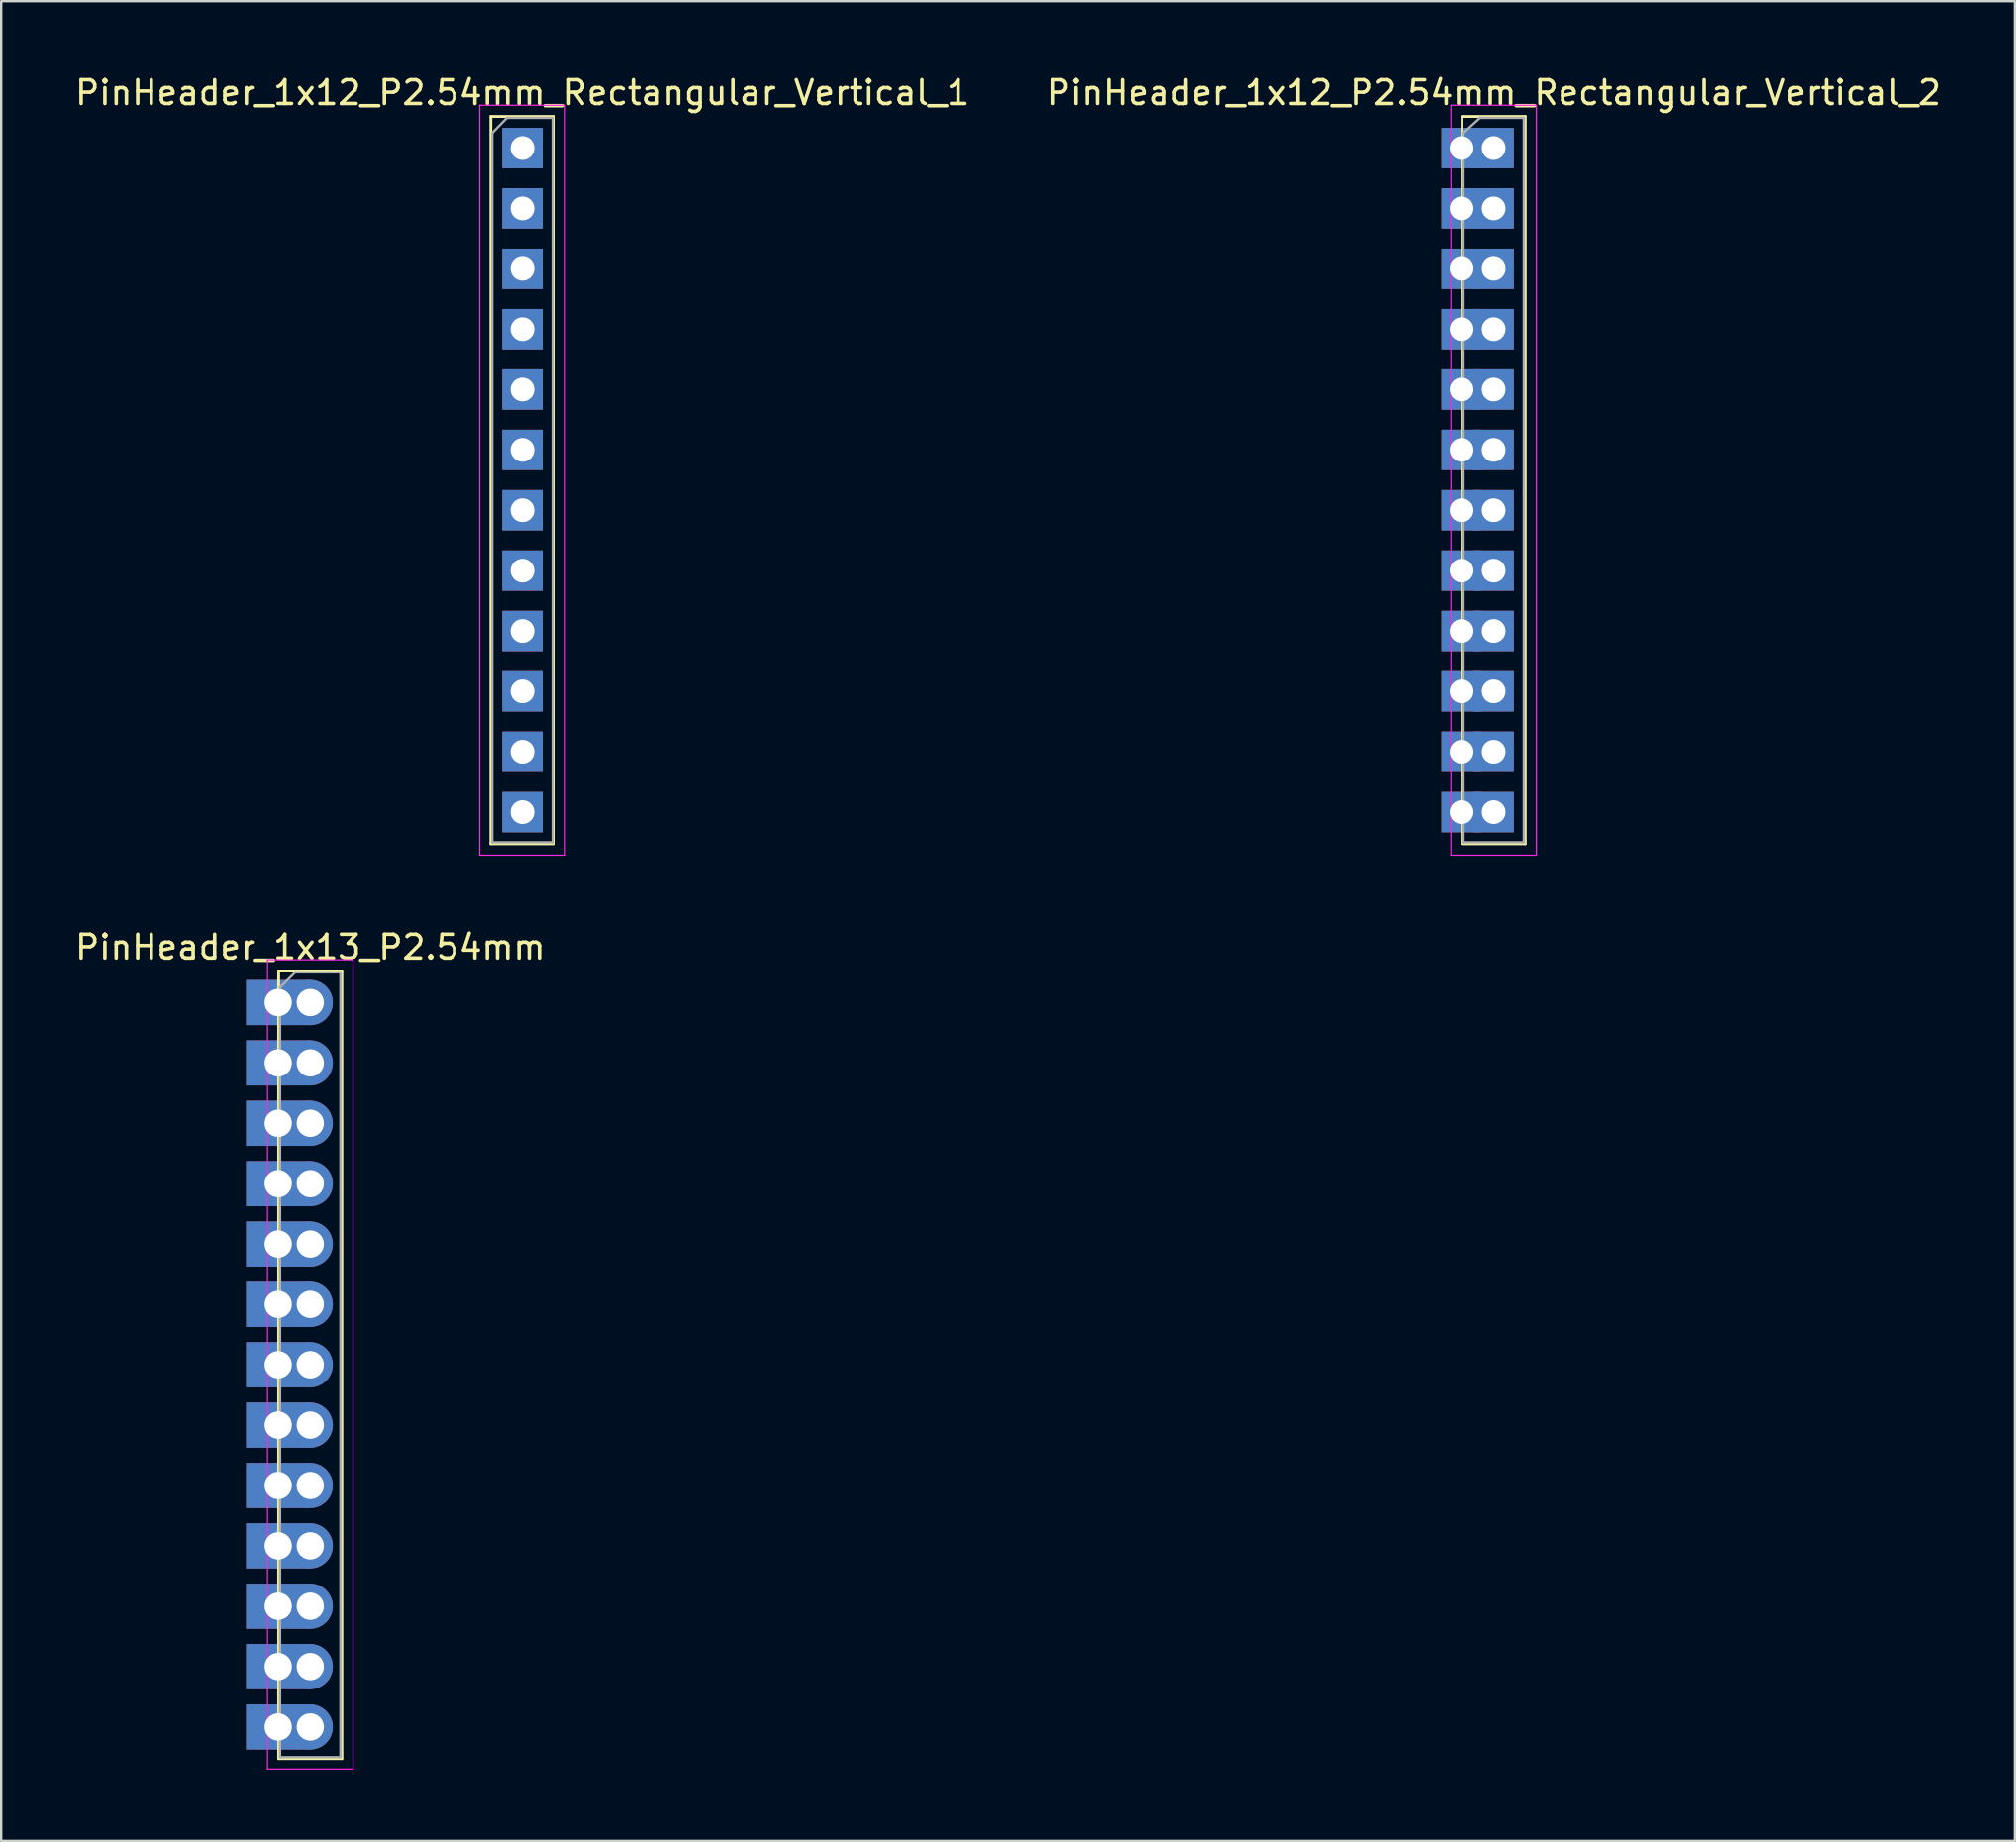
<source format=kicad_pcb>
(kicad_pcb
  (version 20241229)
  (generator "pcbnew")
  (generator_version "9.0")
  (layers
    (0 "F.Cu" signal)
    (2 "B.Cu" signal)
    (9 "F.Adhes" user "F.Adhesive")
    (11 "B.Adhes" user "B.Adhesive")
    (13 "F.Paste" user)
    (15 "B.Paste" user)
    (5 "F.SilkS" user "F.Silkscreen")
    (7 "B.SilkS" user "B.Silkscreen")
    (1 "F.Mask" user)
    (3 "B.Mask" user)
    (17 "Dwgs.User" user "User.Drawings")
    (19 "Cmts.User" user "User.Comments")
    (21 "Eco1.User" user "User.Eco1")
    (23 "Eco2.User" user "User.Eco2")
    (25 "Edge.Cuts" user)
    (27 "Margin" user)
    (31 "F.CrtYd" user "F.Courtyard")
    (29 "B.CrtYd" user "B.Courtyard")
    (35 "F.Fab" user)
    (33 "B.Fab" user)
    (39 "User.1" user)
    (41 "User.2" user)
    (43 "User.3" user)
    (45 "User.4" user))
  (footprint "PinHeader_1x12_P2.54mm_Rectangular_Vertical_2"
    (layer "F.Cu")
    (at 59.804 3.178)
    (property "Reference" "PinHeader_1x12_P2.54mm_Rectangular_Vertical_2" (at 0 -2.33 0) (layer "F.SilkS") (effects (font (size 1 1) (thickness 0.15))))
    (attr through_hole)
    (fp_line (start -1.33 -1.33) (end -1.33 29.27) (stroke (width 0.12) (type solid)) (layer "F.SilkS"))
    (fp_line (start -1.33 -1.33) (end 1.33 -1.33) (stroke (width 0.12) (type solid)) (layer "F.SilkS"))
    (fp_line (start -1.33 29.27) (end 1.33 29.27) (stroke (width 0.12) (type solid)) (layer "F.SilkS"))
    (fp_line (start 1.33 -1.33) (end 1.33 29.27) (stroke (width 0.12) (type solid)) (layer "F.SilkS"))
    (fp_line (start -1.8 -1.8) (end -1.8 29.75) (stroke (width 0.05) (type solid)) (layer "F.CrtYd"))
    (fp_line (start -1.8 29.75) (end 1.8 29.75) (stroke (width 0.05) (type solid)) (layer "F.CrtYd"))
    (fp_line (start 1.8 -1.8) (end -1.8 -1.8) (stroke (width 0.05) (type solid)) (layer "F.CrtYd"))
    (fp_line (start 1.8 29.75) (end 1.8 -1.8) (stroke (width 0.05) (type solid)) (layer "F.CrtYd"))
    (fp_line (start -1.27 -0.635) (end -0.574 -1.27) (stroke (width 0.1) (type solid)) (layer "F.Fab"))
    (fp_line (start -1.27 29.21) (end -1.27 -0.635) (stroke (width 0.1) (type solid)) (layer "F.Fab"))
    (fp_line (start -0.574 -1.27) (end 1.27 -1.27) (stroke (width 0.1) (type solid)) (layer "F.Fab"))
    (fp_line (start 1.27 -1.27) (end 1.27 29.21) (stroke (width 0.1) (type solid)) (layer "F.Fab"))
    (fp_line (start 1.27 29.21) (end -1.27 29.21) (stroke (width 0.1) (type solid)) (layer "F.Fab"))
    (pad "1" thru_hole rect (at -1.35 0) (size 1.7 1.7) (drill 1) (layers "*.Cu" "*.Mask"))
    (pad "1" thru_hole rect (at 0 0) (size 1.7 1.7) (drill 1) (layers "*.Cu" "*.Mask"))
    (pad "2" thru_hole rect (at -1.35 2.54) (size 1.7 1.7) (drill 1) (layers "*.Cu" "*.Mask"))
    (pad "2" thru_hole rect (at 0 2.54) (size 1.7 1.7) (drill 1) (layers "*.Cu" "*.Mask"))
    (pad "3" thru_hole rect (at -1.35 5.08) (size 1.7 1.7) (drill 1) (layers "*.Cu" "*.Mask"))
    (pad "3" thru_hole rect (at 0 5.08) (size 1.7 1.7) (drill 1) (layers "*.Cu" "*.Mask"))
    (pad "4" thru_hole rect (at -1.35 7.62) (size 1.7 1.7) (drill 1) (layers "*.Cu" "*.Mask"))
    (pad "4" thru_hole rect (at 0 7.62) (size 1.7 1.7) (drill 1) (layers "*.Cu" "*.Mask"))
    (pad "5" thru_hole rect (at -1.35 10.16) (size 1.7 1.7) (drill 1) (layers "*.Cu" "*.Mask"))
    (pad "5" thru_hole rect (at 0 10.16) (size 1.7 1.7) (drill 1) (layers "*.Cu" "*.Mask"))
    (pad "6" thru_hole rect (at -1.35 12.7) (size 1.7 1.7) (drill 1) (layers "*.Cu" "*.Mask"))
    (pad "6" thru_hole rect (at 0 12.7) (size 1.7 1.7) (drill 1) (layers "*.Cu" "*.Mask"))
    (pad "7" thru_hole rect (at -1.35 15.24) (size 1.7 1.7) (drill 1) (layers "*.Cu" "*.Mask"))
    (pad "7" thru_hole rect (at 0 15.24) (size 1.7 1.7) (drill 1) (layers "*.Cu" "*.Mask"))
    (pad "8" thru_hole rect (at -1.35 17.78) (size 1.7 1.7) (drill 1) (layers "*.Cu" "*.Mask"))
    (pad "8" thru_hole rect (at 0 17.78) (size 1.7 1.7) (drill 1) (layers "*.Cu" "*.Mask"))
    (pad "9" thru_hole rect (at -1.35 20.32) (size 1.7 1.7) (drill 1) (layers "*.Cu" "*.Mask"))
    (pad "9" thru_hole rect (at 0 20.32) (size 1.7 1.7) (drill 1) (layers "*.Cu" "*.Mask"))
    (pad "10" thru_hole rect (at -1.35 22.86) (size 1.7 1.7) (drill 1) (layers "*.Cu" "*.Mask"))
    (pad "10" thru_hole rect (at 0 22.86) (size 1.7 1.7) (drill 1) (layers "*.Cu" "*.Mask"))
    (pad "11" thru_hole rect (at -1.35 25.4) (size 1.7 1.7) (drill 1) (layers "*.Cu" "*.Mask"))
    (pad "11" thru_hole rect (at 0 25.4) (size 1.7 1.7) (drill 1) (layers "*.Cu" "*.Mask"))
    (pad "12" thru_hole rect (at -1.35 27.94) (size 1.7 1.7) (drill 1) (layers "*.Cu" "*.Mask"))
    (pad "12" thru_hole rect (at 0 27.94) (size 1.7 1.7) (drill 1) (layers "*.Cu" "*.Mask")))
  (footprint "PinHeader_1x13_P2.54mm"
    (layer "F.Cu")
    (at 10.006 39.132)
    (property "Reference" "PinHeader_1x13_P2.54mm" (at 0 -2.33 0) (layer "F.SilkS") (effects (font (size 1 1) (thickness 0.15))))
    (attr through_hole)
    (fp_line (start -1.33 -1.33) (end -1.33 31.81) (stroke (width 0.12) (type solid)) (layer "F.SilkS"))
    (fp_line (start -1.33 -1.33) (end 1.33 -1.33) (stroke (width 0.12) (type solid)) (layer "F.SilkS"))
    (fp_line (start -1.33 31.81) (end 1.33 31.81) (stroke (width 0.12) (type solid)) (layer "F.SilkS"))
    (fp_line (start 1.33 -1.33) (end 1.33 31.81) (stroke (width 0.12) (type solid)) (layer "F.SilkS"))
    (fp_line (start -1.8 -1.8) (end -1.8 32.25) (stroke (width 0.05) (type solid)) (layer "F.CrtYd"))
    (fp_line (start -1.8 32.25) (end 1.8 32.25) (stroke (width 0.05) (type solid)) (layer "F.CrtYd"))
    (fp_line (start 1.8 -1.8) (end -1.8 -1.8) (stroke (width 0.05) (type solid)) (layer "F.CrtYd"))
    (fp_line (start 1.8 32.25) (end 1.8 -1.8) (stroke (width 0.05) (type solid)) (layer "F.CrtYd"))
    (fp_line (start -1.27 -0.635) (end -0.635 -1.27) (stroke (width 0.1) (type solid)) (layer "F.Fab"))
    (fp_line (start -1.27 31.75) (end -1.27 -0.635) (stroke (width 0.1) (type solid)) (layer "F.Fab"))
    (fp_line (start -0.635 -1.27) (end 1.27 -1.27) (stroke (width 0.1) (type solid)) (layer "F.Fab"))
    (fp_line (start 1.27 -1.27) (end 1.27 31.75) (stroke (width 0.1) (type solid)) (layer "F.Fab"))
    (fp_line (start 1.27 31.75) (end -1.27 31.75) (stroke (width 0.1) (type solid)) (layer "F.Fab"))
    (pad "1" thru_hole rect (at -1.35 0) (size 2.7 1.9) (drill 1.15) (layers "*.Cu" "*.Mask"))
    (pad "1" thru_hole circle (at 0 0) (size 1.9 1.9) (drill 1.15) (layers "*.Cu" "*.Mask"))
    (pad "2" thru_hole rect (at -1.35 2.54) (size 2.7 1.9) (drill 1.15) (layers "*.Cu" "*.Mask"))
    (pad "2" thru_hole circle (at 0 2.54) (size 1.9 1.9) (drill 1.15) (layers "*.Cu" "*.Mask"))
    (pad "3" thru_hole rect (at -1.35 5.08) (size 2.7 1.9) (drill 1.15) (layers "*.Cu" "*.Mask"))
    (pad "3" thru_hole circle (at 0 5.08) (size 1.9 1.9) (drill 1.15) (layers "*.Cu" "*.Mask"))
    (pad "4" thru_hole rect (at -1.35 7.62) (size 2.7 1.9) (drill 1.15) (layers "*.Cu" "*.Mask"))
    (pad "4" thru_hole circle (at 0 7.62) (size 1.9 1.9) (drill 1.15) (layers "*.Cu" "*.Mask"))
    (pad "5" thru_hole rect (at -1.35 10.16) (size 2.7 1.9) (drill 1.15) (layers "*.Cu" "*.Mask"))
    (pad "5" thru_hole circle (at 0 10.16) (size 1.9 1.9) (drill 1.15) (layers "*.Cu" "*.Mask"))
    (pad "6" thru_hole rect (at -1.35 12.7) (size 2.7 1.9) (drill 1.15) (layers "*.Cu" "*.Mask"))
    (pad "6" thru_hole circle (at 0 12.7) (size 1.9 1.9) (drill 1.15) (layers "*.Cu" "*.Mask"))
    (pad "7" thru_hole rect (at -1.35 15.24) (size 2.7 1.9) (drill 1.15) (layers "*.Cu" "*.Mask"))
    (pad "7" thru_hole circle (at 0 15.24) (size 1.9 1.9) (drill 1.15) (layers "*.Cu" "*.Mask"))
    (pad "8" thru_hole rect (at -1.35 17.78) (size 2.7 1.9) (drill 1.15) (layers "*.Cu" "*.Mask"))
    (pad "8" thru_hole circle (at 0 17.78) (size 1.9 1.9) (drill 1.15) (layers "*.Cu" "*.Mask"))
    (pad "9" thru_hole rect (at -1.35 20.32) (size 2.7 1.9) (drill 1.15) (layers "*.Cu" "*.Mask"))
    (pad "9" thru_hole circle (at 0 20.32) (size 1.9 1.9) (drill 1.15) (layers "*.Cu" "*.Mask"))
    (pad "10" thru_hole rect (at -1.35 22.86) (size 2.7 1.9) (drill 1.15) (layers "*.Cu" "*.Mask"))
    (pad "10" thru_hole circle (at 0 22.86) (size 1.9 1.9) (drill 1.15) (layers "*.Cu" "*.Mask"))
    (pad "11" thru_hole rect (at -1.35 25.4) (size 2.7 1.9) (drill 1.15) (layers "*.Cu" "*.Mask"))
    (pad "11" thru_hole circle (at 0 25.4) (size 1.9 1.9) (drill 1.15) (layers "*.Cu" "*.Mask"))
    (pad "12" thru_hole rect (at -1.35 27.94) (size 2.7 1.9) (drill 1.15) (layers "*.Cu" "*.Mask"))
    (pad "12" thru_hole circle (at 0 27.94) (size 1.9 1.9) (drill 1.15) (layers "*.Cu" "*.Mask"))
    (pad "13" thru_hole rect (at -1.35 30.48) (size 2.7 1.9) (drill 1.15) (layers "*.Cu" "*.Mask"))
    (pad "13" thru_hole circle (at 0 30.48) (size 1.9 1.9) (drill 1.15) (layers "*.Cu" "*.Mask")))
  (footprint "PinHeader_1x12_P2.54mm_Rectangular_Vertical_1"
    (layer "F.Cu")
    (at 18.935 3.178)
    (property "Reference" "PinHeader_1x12_P2.54mm_Rectangular_Vertical_1" (at 0 -2.33 0) (layer "F.SilkS") (effects (font (size 1 1) (thickness 0.15))))
    (attr through_hole)
    (fp_line (start -1.33 -1.33) (end -1.33 29.27) (stroke (width 0.12) (type solid)) (layer "F.SilkS"))
    (fp_line (start -1.33 -1.33) (end 1.33 -1.33) (stroke (width 0.12) (type solid)) (layer "F.SilkS"))
    (fp_line (start -1.33 29.27) (end 1.33 29.27) (stroke (width 0.12) (type solid)) (layer "F.SilkS"))
    (fp_line (start 1.33 -1.33) (end 1.33 29.27) (stroke (width 0.12) (type solid)) (layer "F.SilkS"))
    (fp_line (start -1.8 -1.8) (end -1.8 29.75) (stroke (width 0.05) (type solid)) (layer "F.CrtYd"))
    (fp_line (start -1.8 29.75) (end 1.8 29.75) (stroke (width 0.05) (type solid)) (layer "F.CrtYd"))
    (fp_line (start 1.8 -1.8) (end -1.8 -1.8) (stroke (width 0.05) (type solid)) (layer "F.CrtYd"))
    (fp_line (start 1.8 29.75) (end 1.8 -1.8) (stroke (width 0.05) (type solid)) (layer "F.CrtYd"))
    (fp_line (start -1.27 -0.635) (end -0.653 -1.27) (stroke (width 0.1) (type solid)) (layer "F.Fab"))
    (fp_line (start -1.27 29.21) (end -1.27 -0.635) (stroke (width 0.1) (type solid)) (layer "F.Fab"))
    (fp_line (start -0.653 -1.27) (end 1.27 -1.27) (stroke (width 0.1) (type solid)) (layer "F.Fab"))
    (fp_line (start 1.27 -1.27) (end 1.27 29.21) (stroke (width 0.1) (type solid)) (layer "F.Fab"))
    (fp_line (start 1.27 29.21) (end -1.27 29.21) (stroke (width 0.1) (type solid)) (layer "F.Fab"))
    (pad "1" thru_hole rect (at 0 0) (size 1.7 1.7) (drill 1) (layers "*.Cu" "*.Mask"))
    (pad "2" thru_hole rect (at 0 2.54) (size 1.7 1.7) (drill 1) (layers "*.Cu" "*.Mask"))
    (pad "3" thru_hole rect (at 0 5.08) (size 1.7 1.7) (drill 1) (layers "*.Cu" "*.Mask"))
    (pad "4" thru_hole rect (at 0 7.62) (size 1.7 1.7) (drill 1) (layers "*.Cu" "*.Mask"))
    (pad "5" thru_hole rect (at 0 10.16) (size 1.7 1.7) (drill 1) (layers "*.Cu" "*.Mask"))
    (pad "6" thru_hole rect (at 0 12.7) (size 1.7 1.7) (drill 1) (layers "*.Cu" "*.Mask"))
    (pad "7" thru_hole rect (at 0 15.24) (size 1.7 1.7) (drill 1) (layers "*.Cu" "*.Mask"))
    (pad "8" thru_hole rect (at 0 17.78) (size 1.7 1.7) (drill 1) (layers "*.Cu" "*.Mask"))
    (pad "9" thru_hole rect (at 0 20.32) (size 1.7 1.7) (drill 1) (layers "*.Cu" "*.Mask"))
    (pad "10" thru_hole rect (at 0 22.86) (size 1.7 1.7) (drill 1) (layers "*.Cu" "*.Mask"))
    (pad "11" thru_hole rect (at 0 25.4) (size 1.7 1.7) (drill 1) (layers "*.Cu" "*.Mask"))
    (pad "12" thru_hole rect (at 0 27.94) (size 1.7 1.7) (drill 1) (layers "*.Cu" "*.Mask")))
  (gr_rect
    (start -3 -3)
    (end 81.738 74.406)
    (stroke (width 0.1) (type default))
    (fill no)
    (layer "Edge.Cuts")))
</source>
